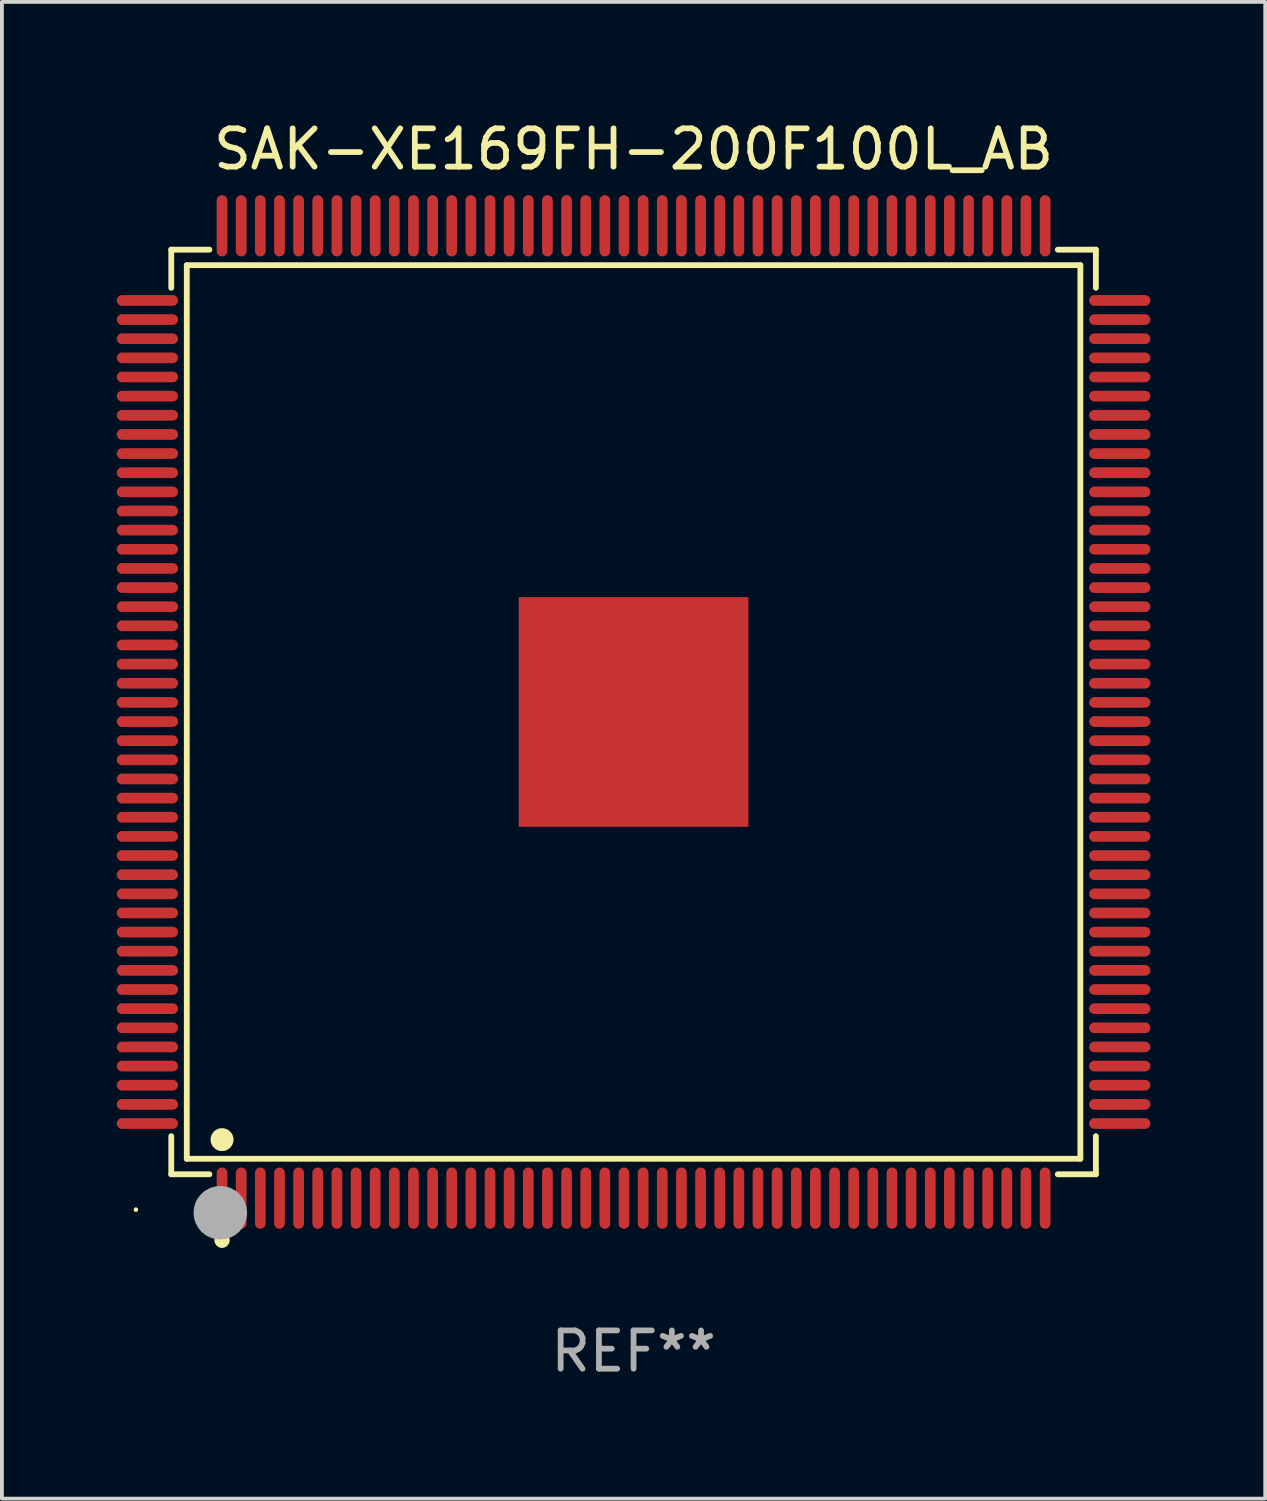
<source format=kicad_pcb>
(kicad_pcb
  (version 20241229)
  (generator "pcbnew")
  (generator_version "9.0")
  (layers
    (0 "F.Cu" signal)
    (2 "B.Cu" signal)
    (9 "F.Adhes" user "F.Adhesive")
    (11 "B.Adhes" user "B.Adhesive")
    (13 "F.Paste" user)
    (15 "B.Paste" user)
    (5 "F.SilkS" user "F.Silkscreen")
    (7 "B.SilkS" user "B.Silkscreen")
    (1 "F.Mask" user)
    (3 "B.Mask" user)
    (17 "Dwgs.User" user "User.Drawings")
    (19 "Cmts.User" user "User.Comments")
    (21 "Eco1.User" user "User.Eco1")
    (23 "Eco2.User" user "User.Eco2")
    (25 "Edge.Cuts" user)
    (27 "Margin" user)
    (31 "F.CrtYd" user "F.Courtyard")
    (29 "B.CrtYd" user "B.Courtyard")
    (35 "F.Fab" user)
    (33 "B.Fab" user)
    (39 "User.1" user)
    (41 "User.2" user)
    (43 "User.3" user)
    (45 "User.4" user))
  (footprint "SAK-XE169FH-200F100L_AB"
    (layer "F.Cu")
    (at 13.5 15.548)
    (property "Reference" "SAK-XE169FH-200F100L_AB" (at 0 -14.7 0) (layer "F.SilkS") (effects (font (size 1 1) (thickness 0.15))))
    (attr through_hole)
    (fp_line (start -12.076 -12.076) (end -11.081 -12.076) (stroke (width 0.152) (type solid)) (layer "F.SilkS"))
    (fp_line (start -12.076 -11.081) (end -12.076 -12.076) (stroke (width 0.152) (type solid)) (layer "F.SilkS"))
    (fp_line (start -12.076 11.081) (end -12.076 12.076) (stroke (width 0.152) (type solid)) (layer "F.SilkS"))
    (fp_line (start -12.076 12.076) (end -11.081 12.076) (stroke (width 0.152) (type solid)) (layer "F.SilkS"))
    (fp_line (start -11.671 -11.671) (end 11.671 -11.671) (stroke (width 0.152) (type solid)) (layer "F.SilkS"))
    (fp_line (start -11.671 11.671) (end -11.671 -11.671) (stroke (width 0.152) (type solid)) (layer "F.SilkS"))
    (fp_line (start 11.671 -11.671) (end 11.671 11.671) (stroke (width 0.152) (type solid)) (layer "F.SilkS"))
    (fp_line (start 11.671 11.671) (end -11.671 11.671) (stroke (width 0.152) (type solid)) (layer "F.SilkS"))
    (fp_line (start 12.076 -12.076) (end 11.081 -12.076) (stroke (width 0.152) (type solid)) (layer "F.SilkS"))
    (fp_line (start 12.076 -11.081) (end 12.076 -12.076) (stroke (width 0.152) (type solid)) (layer "F.SilkS"))
    (fp_line (start 12.076 11.081) (end 12.076 12.076) (stroke (width 0.152) (type solid)) (layer "F.SilkS"))
    (fp_line (start 12.076 12.076) (end 11.081 12.076) (stroke (width 0.152) (type solid)) (layer "F.SilkS"))
    (fp_circle (center -13 13) (end -12.97 13) (stroke (width 0.06) (type solid)) (fill no) (layer "F.SilkS"))
    (fp_circle (center -10.75 11.171) (end -10.6 11.171) (stroke (width 0.3) (type solid)) (fill no) (layer "F.SilkS"))
    (fp_circle (center -10.75 13.8) (end -10.65 13.8) (stroke (width 0.2) (type solid)) (fill no) (layer "F.SilkS"))
    (fp_circle (center -10.795 13.081) (end -10.445 13.081) (stroke (width 0.7) (type solid)) (fill no) (layer "F.Fab"))
    (fp_text user "REF**" (at 0 16.7 0) (layer "F.Fab") (effects (font (size 1 1) (thickness 0.15))))
    (pad "1" smd oval (at -10.75 12.7) (size 0.28 1.6) (layers "F.Cu" "F.Mask" "F.Paste"))
    (pad "2" smd oval (at -10.25 12.7) (size 0.28 1.6) (layers "F.Cu" "F.Mask" "F.Paste"))
    (pad "3" smd oval (at -9.75 12.7) (size 0.28 1.6) (layers "F.Cu" "F.Mask" "F.Paste"))
    (pad "4" smd oval (at -9.25 12.7) (size 0.28 1.6) (layers "F.Cu" "F.Mask" "F.Paste"))
    (pad "5" smd oval (at -8.75 12.7) (size 0.28 1.6) (layers "F.Cu" "F.Mask" "F.Paste"))
    (pad "6" smd oval (at -8.25 12.7) (size 0.28 1.6) (layers "F.Cu" "F.Mask" "F.Paste"))
    (pad "7" smd oval (at -7.75 12.7) (size 0.28 1.6) (layers "F.Cu" "F.Mask" "F.Paste"))
    (pad "8" smd oval (at -7.25 12.7) (size 0.28 1.6) (layers "F.Cu" "F.Mask" "F.Paste"))
    (pad "9" smd oval (at -6.75 12.7) (size 0.28 1.6) (layers "F.Cu" "F.Mask" "F.Paste"))
    (pad "10" smd oval (at -6.25 12.7) (size 0.28 1.6) (layers "F.Cu" "F.Mask" "F.Paste"))
    (pad "11" smd oval (at -5.75 12.7) (size 0.28 1.6) (layers "F.Cu" "F.Mask" "F.Paste"))
    (pad "12" smd oval (at -5.25 12.7) (size 0.28 1.6) (layers "F.Cu" "F.Mask" "F.Paste"))
    (pad "13" smd oval (at -4.75 12.7) (size 0.28 1.6) (layers "F.Cu" "F.Mask" "F.Paste"))
    (pad "14" smd oval (at -4.25 12.7) (size 0.28 1.6) (layers "F.Cu" "F.Mask" "F.Paste"))
    (pad "15" smd oval (at -3.75 12.7) (size 0.28 1.6) (layers "F.Cu" "F.Mask" "F.Paste"))
    (pad "16" smd oval (at -3.25 12.7) (size 0.28 1.6) (layers "F.Cu" "F.Mask" "F.Paste"))
    (pad "17" smd oval (at -2.75 12.7) (size 0.28 1.6) (layers "F.Cu" "F.Mask" "F.Paste"))
    (pad "18" smd oval (at -2.25 12.7) (size 0.28 1.6) (layers "F.Cu" "F.Mask" "F.Paste"))
    (pad "19" smd oval (at -1.75 12.7) (size 0.28 1.6) (layers "F.Cu" "F.Mask" "F.Paste"))
    (pad "20" smd oval (at -1.25 12.7) (size 0.28 1.6) (layers "F.Cu" "F.Mask" "F.Paste"))
    (pad "21" smd oval (at -0.75 12.7) (size 0.28 1.6) (layers "F.Cu" "F.Mask" "F.Paste"))
    (pad "22" smd oval (at -0.25 12.7) (size 0.28 1.6) (layers "F.Cu" "F.Mask" "F.Paste"))
    (pad "23" smd oval (at 0.25 12.7) (size 0.28 1.6) (layers "F.Cu" "F.Mask" "F.Paste"))
    (pad "24" smd oval (at 0.75 12.7) (size 0.28 1.6) (layers "F.Cu" "F.Mask" "F.Paste"))
    (pad "25" smd oval (at 1.25 12.7) (size 0.28 1.6) (layers "F.Cu" "F.Mask" "F.Paste"))
    (pad "26" smd oval (at 1.75 12.7) (size 0.28 1.6) (layers "F.Cu" "F.Mask" "F.Paste"))
    (pad "27" smd oval (at 2.25 12.7) (size 0.28 1.6) (layers "F.Cu" "F.Mask" "F.Paste"))
    (pad "28" smd oval (at 2.75 12.7) (size 0.28 1.6) (layers "F.Cu" "F.Mask" "F.Paste"))
    (pad "29" smd oval (at 3.25 12.7) (size 0.28 1.6) (layers "F.Cu" "F.Mask" "F.Paste"))
    (pad "30" smd oval (at 3.75 12.7) (size 0.28 1.6) (layers "F.Cu" "F.Mask" "F.Paste"))
    (pad "31" smd oval (at 4.25 12.7) (size 0.28 1.6) (layers "F.Cu" "F.Mask" "F.Paste"))
    (pad "32" smd oval (at 4.75 12.7) (size 0.28 1.6) (layers "F.Cu" "F.Mask" "F.Paste"))
    (pad "33" smd oval (at 5.25 12.7) (size 0.28 1.6) (layers "F.Cu" "F.Mask" "F.Paste"))
    (pad "34" smd oval (at 5.75 12.7) (size 0.28 1.6) (layers "F.Cu" "F.Mask" "F.Paste"))
    (pad "35" smd oval (at 6.25 12.7) (size 0.28 1.6) (layers "F.Cu" "F.Mask" "F.Paste"))
    (pad "36" smd oval (at 6.75 12.7) (size 0.28 1.6) (layers "F.Cu" "F.Mask" "F.Paste"))
    (pad "37" smd oval (at 7.25 12.7) (size 0.28 1.6) (layers "F.Cu" "F.Mask" "F.Paste"))
    (pad "38" smd oval (at 7.75 12.7) (size 0.28 1.6) (layers "F.Cu" "F.Mask" "F.Paste"))
    (pad "39" smd oval (at 8.25 12.7) (size 0.28 1.6) (layers "F.Cu" "F.Mask" "F.Paste"))
    (pad "40" smd oval (at 8.75 12.7) (size 0.28 1.6) (layers "F.Cu" "F.Mask" "F.Paste"))
    (pad "41" smd oval (at 9.25 12.7) (size 0.28 1.6) (layers "F.Cu" "F.Mask" "F.Paste"))
    (pad "42" smd oval (at 9.75 12.7) (size 0.28 1.6) (layers "F.Cu" "F.Mask" "F.Paste"))
    (pad "43" smd oval (at 10.25 12.7) (size 0.28 1.6) (layers "F.Cu" "F.Mask" "F.Paste"))
    (pad "44" smd oval (at 10.75 12.7) (size 0.28 1.6) (layers "F.Cu" "F.Mask" "F.Paste"))
    (pad "45" smd oval (at 12.7 10.75) (size 1.6 0.28) (layers "F.Cu" "F.Mask" "F.Paste"))
    (pad "46" smd oval (at 12.7 10.25) (size 1.6 0.28) (layers "F.Cu" "F.Mask" "F.Paste"))
    (pad "47" smd oval (at 12.7 9.75) (size 1.6 0.28) (layers "F.Cu" "F.Mask" "F.Paste"))
    (pad "48" smd oval (at 12.7 9.25) (size 1.6 0.28) (layers "F.Cu" "F.Mask" "F.Paste"))
    (pad "49" smd oval (at 12.7 8.75) (size 1.6 0.28) (layers "F.Cu" "F.Mask" "F.Paste"))
    (pad "50" smd oval (at 12.7 8.25) (size 1.6 0.28) (layers "F.Cu" "F.Mask" "F.Paste"))
    (pad "51" smd oval (at 12.7 7.75) (size 1.6 0.28) (layers "F.Cu" "F.Mask" "F.Paste"))
    (pad "52" smd oval (at 12.7 7.25) (size 1.6 0.28) (layers "F.Cu" "F.Mask" "F.Paste"))
    (pad "53" smd oval (at 12.7 6.75) (size 1.6 0.28) (layers "F.Cu" "F.Mask" "F.Paste"))
    (pad "54" smd oval (at 12.7 6.25) (size 1.6 0.28) (layers "F.Cu" "F.Mask" "F.Paste"))
    (pad "55" smd oval (at 12.7 5.75) (size 1.6 0.28) (layers "F.Cu" "F.Mask" "F.Paste"))
    (pad "56" smd oval (at 12.7 5.25) (size 1.6 0.28) (layers "F.Cu" "F.Mask" "F.Paste"))
    (pad "57" smd oval (at 12.7 4.75) (size 1.6 0.28) (layers "F.Cu" "F.Mask" "F.Paste"))
    (pad "58" smd oval (at 12.7 4.25) (size 1.6 0.28) (layers "F.Cu" "F.Mask" "F.Paste"))
    (pad "59" smd oval (at 12.7 3.75) (size 1.6 0.28) (layers "F.Cu" "F.Mask" "F.Paste"))
    (pad "60" smd oval (at 12.7 3.25) (size 1.6 0.28) (layers "F.Cu" "F.Mask" "F.Paste"))
    (pad "61" smd oval (at 12.7 2.75) (size 1.6 0.28) (layers "F.Cu" "F.Mask" "F.Paste"))
    (pad "62" smd oval (at 12.7 2.25) (size 1.6 0.28) (layers "F.Cu" "F.Mask" "F.Paste"))
    (pad "63" smd oval (at 12.7 1.75) (size 1.6 0.28) (layers "F.Cu" "F.Mask" "F.Paste"))
    (pad "64" smd oval (at 12.7 1.25) (size 1.6 0.28) (layers "F.Cu" "F.Mask" "F.Paste"))
    (pad "65" smd oval (at 12.7 0.75) (size 1.6 0.28) (layers "F.Cu" "F.Mask" "F.Paste"))
    (pad "66" smd oval (at 12.7 0.25) (size 1.6 0.28) (layers "F.Cu" "F.Mask" "F.Paste"))
    (pad "67" smd oval (at 12.7 -0.25) (size 1.6 0.28) (layers "F.Cu" "F.Mask" "F.Paste"))
    (pad "68" smd oval (at 12.7 -0.75) (size 1.6 0.28) (layers "F.Cu" "F.Mask" "F.Paste"))
    (pad "69" smd oval (at 12.7 -1.25) (size 1.6 0.28) (layers "F.Cu" "F.Mask" "F.Paste"))
    (pad "70" smd oval (at 12.7 -1.75) (size 1.6 0.28) (layers "F.Cu" "F.Mask" "F.Paste"))
    (pad "71" smd oval (at 12.7 -2.25) (size 1.6 0.28) (layers "F.Cu" "F.Mask" "F.Paste"))
    (pad "72" smd oval (at 12.7 -2.75) (size 1.6 0.28) (layers "F.Cu" "F.Mask" "F.Paste"))
    (pad "73" smd oval (at 12.7 -3.25) (size 1.6 0.28) (layers "F.Cu" "F.Mask" "F.Paste"))
    (pad "74" smd oval (at 12.7 -3.75) (size 1.6 0.28) (layers "F.Cu" "F.Mask" "F.Paste"))
    (pad "75" smd oval (at 12.7 -4.25) (size 1.6 0.28) (layers "F.Cu" "F.Mask" "F.Paste"))
    (pad "76" smd oval (at 12.7 -4.75) (size 1.6 0.28) (layers "F.Cu" "F.Mask" "F.Paste"))
    (pad "77" smd oval (at 12.7 -5.25) (size 1.6 0.28) (layers "F.Cu" "F.Mask" "F.Paste"))
    (pad "78" smd oval (at 12.7 -5.75) (size 1.6 0.28) (layers "F.Cu" "F.Mask" "F.Paste"))
    (pad "79" smd oval (at 12.7 -6.25) (size 1.6 0.28) (layers "F.Cu" "F.Mask" "F.Paste"))
    (pad "80" smd oval (at 12.7 -6.75) (size 1.6 0.28) (layers "F.Cu" "F.Mask" "F.Paste"))
    (pad "81" smd oval (at 12.7 -7.25) (size 1.6 0.28) (layers "F.Cu" "F.Mask" "F.Paste"))
    (pad "82" smd oval (at 12.7 -7.75) (size 1.6 0.28) (layers "F.Cu" "F.Mask" "F.Paste"))
    (pad "83" smd oval (at 12.7 -8.25) (size 1.6 0.28) (layers "F.Cu" "F.Mask" "F.Paste"))
    (pad "84" smd oval (at 12.7 -8.75) (size 1.6 0.28) (layers "F.Cu" "F.Mask" "F.Paste"))
    (pad "85" smd oval (at 12.7 -9.25) (size 1.6 0.28) (layers "F.Cu" "F.Mask" "F.Paste"))
    (pad "86" smd oval (at 12.7 -9.75) (size 1.6 0.28) (layers "F.Cu" "F.Mask" "F.Paste"))
    (pad "87" smd oval (at 12.7 -10.25) (size 1.6 0.28) (layers "F.Cu" "F.Mask" "F.Paste"))
    (pad "88" smd oval (at 12.7 -10.75) (size 1.6 0.28) (layers "F.Cu" "F.Mask" "F.Paste"))
    (pad "89" smd oval (at 10.75 -12.7) (size 0.28 1.6) (layers "F.Cu" "F.Mask" "F.Paste"))
    (pad "90" smd oval (at 10.25 -12.7) (size 0.28 1.6) (layers "F.Cu" "F.Mask" "F.Paste"))
    (pad "91" smd oval (at 9.75 -12.7) (size 0.28 1.6) (layers "F.Cu" "F.Mask" "F.Paste"))
    (pad "92" smd oval (at 9.25 -12.7) (size 0.28 1.6) (layers "F.Cu" "F.Mask" "F.Paste"))
    (pad "93" smd oval (at 8.75 -12.7) (size 0.28 1.6) (layers "F.Cu" "F.Mask" "F.Paste"))
    (pad "94" smd oval (at 8.25 -12.7) (size 0.28 1.6) (layers "F.Cu" "F.Mask" "F.Paste"))
    (pad "95" smd oval (at 7.75 -12.7) (size 0.28 1.6) (layers "F.Cu" "F.Mask" "F.Paste"))
    (pad "96" smd oval (at 7.25 -12.7) (size 0.28 1.6) (layers "F.Cu" "F.Mask" "F.Paste"))
    (pad "97" smd oval (at 6.75 -12.7) (size 0.28 1.6) (layers "F.Cu" "F.Mask" "F.Paste"))
    (pad "98" smd oval (at 6.25 -12.7) (size 0.28 1.6) (layers "F.Cu" "F.Mask" "F.Paste"))
    (pad "99" smd oval (at 5.75 -12.7) (size 0.28 1.6) (layers "F.Cu" "F.Mask" "F.Paste"))
    (pad "100" smd oval (at 5.25 -12.7) (size 0.28 1.6) (layers "F.Cu" "F.Mask" "F.Paste"))
    (pad "101" smd oval (at 4.75 -12.7) (size 0.28 1.6) (layers "F.Cu" "F.Mask" "F.Paste"))
    (pad "102" smd oval (at 4.25 -12.7) (size 0.28 1.6) (layers "F.Cu" "F.Mask" "F.Paste"))
    (pad "103" smd oval (at 3.75 -12.7) (size 0.28 1.6) (layers "F.Cu" "F.Mask" "F.Paste"))
    (pad "104" smd oval (at 3.25 -12.7) (size 0.28 1.6) (layers "F.Cu" "F.Mask" "F.Paste"))
    (pad "105" smd oval (at 2.75 -12.7) (size 0.28 1.6) (layers "F.Cu" "F.Mask" "F.Paste"))
    (pad "106" smd oval (at 2.25 -12.7) (size 0.28 1.6) (layers "F.Cu" "F.Mask" "F.Paste"))
    (pad "107" smd oval (at 1.75 -12.7) (size 0.28 1.6) (layers "F.Cu" "F.Mask" "F.Paste"))
    (pad "108" smd oval (at 1.25 -12.7) (size 0.28 1.6) (layers "F.Cu" "F.Mask" "F.Paste"))
    (pad "109" smd oval (at 0.75 -12.7) (size 0.28 1.6) (layers "F.Cu" "F.Mask" "F.Paste"))
    (pad "110" smd oval (at 0.25 -12.7) (size 0.28 1.6) (layers "F.Cu" "F.Mask" "F.Paste"))
    (pad "111" smd oval (at -0.25 -12.7) (size 0.28 1.6) (layers "F.Cu" "F.Mask" "F.Paste"))
    (pad "112" smd oval (at -0.75 -12.7) (size 0.28 1.6) (layers "F.Cu" "F.Mask" "F.Paste"))
    (pad "113" smd oval (at -1.25 -12.7) (size 0.28 1.6) (layers "F.Cu" "F.Mask" "F.Paste"))
    (pad "114" smd oval (at -1.75 -12.7) (size 0.28 1.6) (layers "F.Cu" "F.Mask" "F.Paste"))
    (pad "115" smd oval (at -2.25 -12.7) (size 0.28 1.6) (layers "F.Cu" "F.Mask" "F.Paste"))
    (pad "116" smd oval (at -2.75 -12.7) (size 0.28 1.6) (layers "F.Cu" "F.Mask" "F.Paste"))
    (pad "117" smd oval (at -3.25 -12.7) (size 0.28 1.6) (layers "F.Cu" "F.Mask" "F.Paste"))
    (pad "118" smd oval (at -3.75 -12.7) (size 0.28 1.6) (layers "F.Cu" "F.Mask" "F.Paste"))
    (pad "119" smd oval (at -4.25 -12.7) (size 0.28 1.6) (layers "F.Cu" "F.Mask" "F.Paste"))
    (pad "120" smd oval (at -4.75 -12.7) (size 0.28 1.6) (layers "F.Cu" "F.Mask" "F.Paste"))
    (pad "121" smd oval (at -5.25 -12.7) (size 0.28 1.6) (layers "F.Cu" "F.Mask" "F.Paste"))
    (pad "122" smd oval (at -5.75 -12.7) (size 0.28 1.6) (layers "F.Cu" "F.Mask" "F.Paste"))
    (pad "123" smd oval (at -6.25 -12.7) (size 0.28 1.6) (layers "F.Cu" "F.Mask" "F.Paste"))
    (pad "124" smd oval (at -6.75 -12.7) (size 0.28 1.6) (layers "F.Cu" "F.Mask" "F.Paste"))
    (pad "125" smd oval (at -7.25 -12.7) (size 0.28 1.6) (layers "F.Cu" "F.Mask" "F.Paste"))
    (pad "126" smd oval (at -7.75 -12.7) (size 0.28 1.6) (layers "F.Cu" "F.Mask" "F.Paste"))
    (pad "127" smd oval (at -8.25 -12.7) (size 0.28 1.6) (layers "F.Cu" "F.Mask" "F.Paste"))
    (pad "128" smd oval (at -8.75 -12.7) (size 0.28 1.6) (layers "F.Cu" "F.Mask" "F.Paste"))
    (pad "129" smd oval (at -9.25 -12.7) (size 0.28 1.6) (layers "F.Cu" "F.Mask" "F.Paste"))
    (pad "130" smd oval (at -9.75 -12.7) (size 0.28 1.6) (layers "F.Cu" "F.Mask" "F.Paste"))
    (pad "131" smd oval (at -10.25 -12.7) (size 0.28 1.6) (layers "F.Cu" "F.Mask" "F.Paste"))
    (pad "132" smd oval (at -10.75 -12.7) (size 0.28 1.6) (layers "F.Cu" "F.Mask" "F.Paste"))
    (pad "133" smd oval (at -12.7 -10.75) (size 1.6 0.28) (layers "F.Cu" "F.Mask" "F.Paste"))
    (pad "134" smd oval (at -12.7 -10.25) (size 1.6 0.28) (layers "F.Cu" "F.Mask" "F.Paste"))
    (pad "135" smd oval (at -12.7 -9.75) (size 1.6 0.28) (layers "F.Cu" "F.Mask" "F.Paste"))
    (pad "136" smd oval (at -12.7 -9.25) (size 1.6 0.28) (layers "F.Cu" "F.Mask" "F.Paste"))
    (pad "137" smd oval (at -12.7 -8.75) (size 1.6 0.28) (layers "F.Cu" "F.Mask" "F.Paste"))
    (pad "138" smd oval (at -12.7 -8.25) (size 1.6 0.28) (layers "F.Cu" "F.Mask" "F.Paste"))
    (pad "139" smd oval (at -12.7 -7.75) (size 1.6 0.28) (layers "F.Cu" "F.Mask" "F.Paste"))
    (pad "140" smd oval (at -12.7 -7.25) (size 1.6 0.28) (layers "F.Cu" "F.Mask" "F.Paste"))
    (pad "141" smd oval (at -12.7 -6.75) (size 1.6 0.28) (layers "F.Cu" "F.Mask" "F.Paste"))
    (pad "142" smd oval (at -12.7 -6.25) (size 1.6 0.28) (layers "F.Cu" "F.Mask" "F.Paste"))
    (pad "143" smd oval (at -12.7 -5.75) (size 1.6 0.28) (layers "F.Cu" "F.Mask" "F.Paste"))
    (pad "144" smd oval (at -12.7 -5.25) (size 1.6 0.28) (layers "F.Cu" "F.Mask" "F.Paste"))
    (pad "145" smd oval (at -12.7 -4.75) (size 1.6 0.28) (layers "F.Cu" "F.Mask" "F.Paste"))
    (pad "146" smd oval (at -12.7 -4.25) (size 1.6 0.28) (layers "F.Cu" "F.Mask" "F.Paste"))
    (pad "147" smd oval (at -12.7 -3.75) (size 1.6 0.28) (layers "F.Cu" "F.Mask" "F.Paste"))
    (pad "148" smd oval (at -12.7 -3.25) (size 1.6 0.28) (layers "F.Cu" "F.Mask" "F.Paste"))
    (pad "149" smd oval (at -12.7 -2.75) (size 1.6 0.28) (layers "F.Cu" "F.Mask" "F.Paste"))
    (pad "150" smd oval (at -12.7 -2.25) (size 1.6 0.28) (layers "F.Cu" "F.Mask" "F.Paste"))
    (pad "151" smd oval (at -12.7 -1.75) (size 1.6 0.28) (layers "F.Cu" "F.Mask" "F.Paste"))
    (pad "152" smd oval (at -12.7 -1.25) (size 1.6 0.28) (layers "F.Cu" "F.Mask" "F.Paste"))
    (pad "153" smd oval (at -12.7 -0.75) (size 1.6 0.28) (layers "F.Cu" "F.Mask" "F.Paste"))
    (pad "154" smd oval (at -12.7 -0.25) (size 1.6 0.28) (layers "F.Cu" "F.Mask" "F.Paste"))
    (pad "155" smd oval (at -12.7 0.25) (size 1.6 0.28) (layers "F.Cu" "F.Mask" "F.Paste"))
    (pad "156" smd oval (at -12.7 0.75) (size 1.6 0.28) (layers "F.Cu" "F.Mask" "F.Paste"))
    (pad "157" smd oval (at -12.7 1.25) (size 1.6 0.28) (layers "F.Cu" "F.Mask" "F.Paste"))
    (pad "158" smd oval (at -12.7 1.75) (size 1.6 0.28) (layers "F.Cu" "F.Mask" "F.Paste"))
    (pad "159" smd oval (at -12.7 2.25) (size 1.6 0.28) (layers "F.Cu" "F.Mask" "F.Paste"))
    (pad "160" smd oval (at -12.7 2.75) (size 1.6 0.28) (layers "F.Cu" "F.Mask" "F.Paste"))
    (pad "161" smd oval (at -12.7 3.25) (size 1.6 0.28) (layers "F.Cu" "F.Mask" "F.Paste"))
    (pad "162" smd oval (at -12.7 3.75) (size 1.6 0.28) (layers "F.Cu" "F.Mask" "F.Paste"))
    (pad "163" smd oval (at -12.7 4.25) (size 1.6 0.28) (layers "F.Cu" "F.Mask" "F.Paste"))
    (pad "164" smd oval (at -12.7 4.75) (size 1.6 0.28) (layers "F.Cu" "F.Mask" "F.Paste"))
    (pad "165" smd oval (at -12.7 5.25) (size 1.6 0.28) (layers "F.Cu" "F.Mask" "F.Paste"))
    (pad "166" smd oval (at -12.7 5.75) (size 1.6 0.28) (layers "F.Cu" "F.Mask" "F.Paste"))
    (pad "167" smd oval (at -12.7 6.25) (size 1.6 0.28) (layers "F.Cu" "F.Mask" "F.Paste"))
    (pad "168" smd oval (at -12.7 6.75) (size 1.6 0.28) (layers "F.Cu" "F.Mask" "F.Paste"))
    (pad "169" smd oval (at -12.7 7.25) (size 1.6 0.28) (layers "F.Cu" "F.Mask" "F.Paste"))
    (pad "170" smd oval (at -12.7 7.75) (size 1.6 0.28) (layers "F.Cu" "F.Mask" "F.Paste"))
    (pad "171" smd oval (at -12.7 8.25) (size 1.6 0.28) (layers "F.Cu" "F.Mask" "F.Paste"))
    (pad "172" smd oval (at -12.7 8.75) (size 1.6 0.28) (layers "F.Cu" "F.Mask" "F.Paste"))
    (pad "173" smd oval (at -12.7 9.25) (size 1.6 0.28) (layers "F.Cu" "F.Mask" "F.Paste"))
    (pad "174" smd oval (at -12.7 9.75) (size 1.6 0.28) (layers "F.Cu" "F.Mask" "F.Paste"))
    (pad "175" smd oval (at -12.7 10.25) (size 1.6 0.28) (layers "F.Cu" "F.Mask" "F.Paste"))
    (pad "176" smd oval (at -12.7 10.75) (size 1.6 0.28) (layers "F.Cu" "F.Mask" "F.Paste"))
    (pad "177" smd rect (at 0 0) (size 6 6) (layers "F.Cu" "F.Mask" "F.Paste")))
  (gr_rect
    (start -3 -3)
    (end 30 36.097)
    (stroke (width 0.1) (type default))
    (fill no)
    (layer "Edge.Cuts")))
</source>
